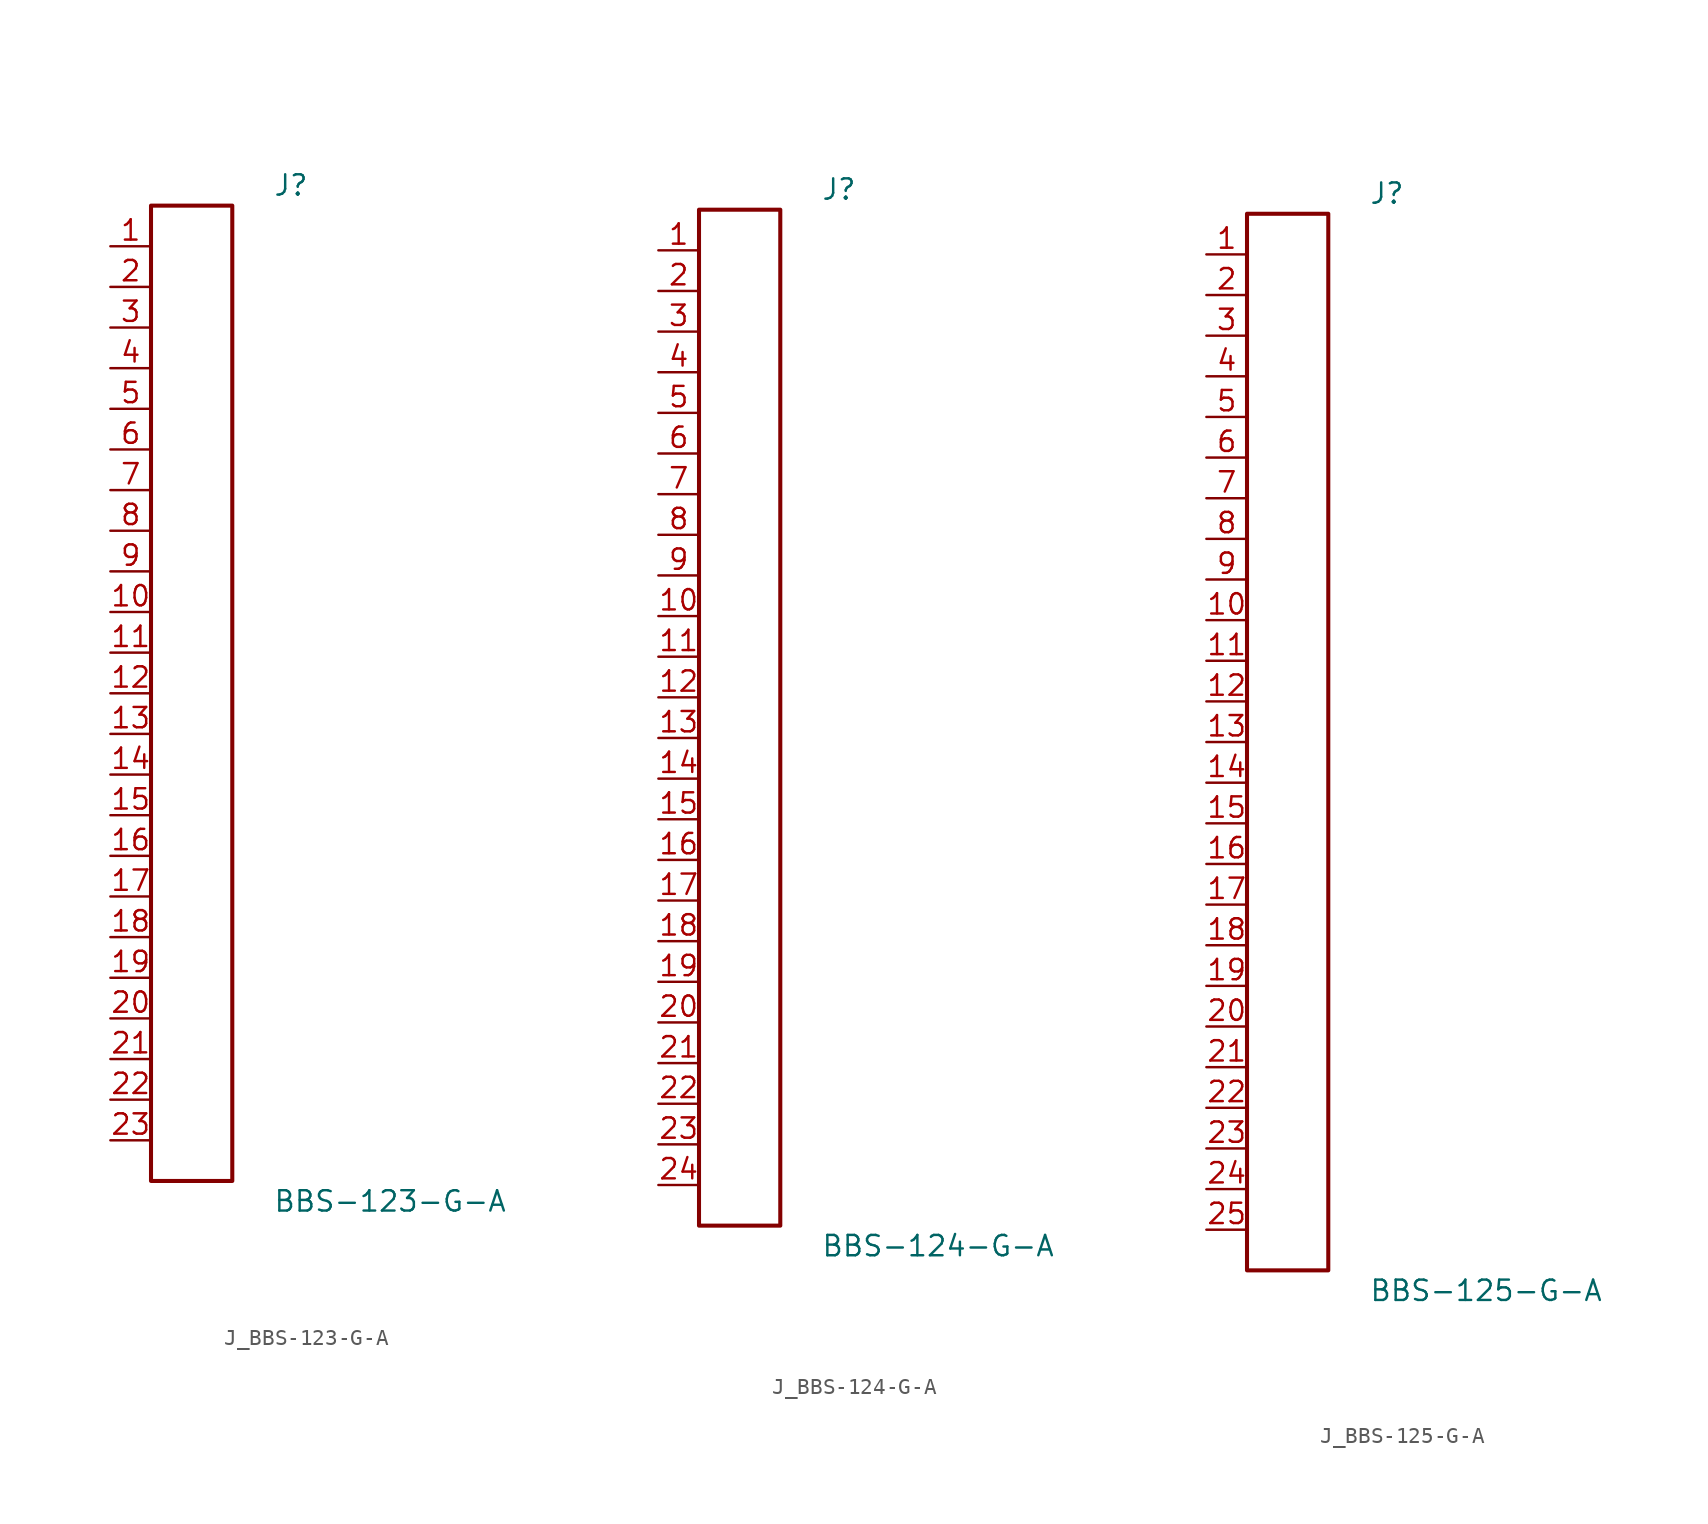
<source format=kicad_sym>
(kicad_symbol_lib
  (version 20231120)
  (generator kicad_symbol_editor)
  (generator_version 8.0)
  (symbol "J_BBS-123-G-A"
    (pin_names
      (offset 0.254))
    (property "Reference" "J"
      (at 5.08 31.75 0)
      (effects (font (size 1.27 1.27)) (justify left)))
    (property "Value" "BBS-123-G-A"
      (at 5.08 -31.75 0)
      (effects (font (size 1.27 1.27)) (justify left)))
    (symbol "J_BBS-123-G-A_0_0"
      (pin passive line (at -5.08 27.94 0) (length 2.54) (name "" (effects (font (size 1.27 1.27)))) (number "1" (effects (font (size 1.27 1.27)))))
      (pin passive line (at -5.08 25.4 0) (length 2.54) (name "" (effects (font (size 1.27 1.27)))) (number "2" (effects (font (size 1.27 1.27)))))
      (pin passive line (at -5.08 22.86 0) (length 2.54) (name "" (effects (font (size 1.27 1.27)))) (number "3" (effects (font (size 1.27 1.27)))))
      (pin passive line (at -5.08 20.32 0) (length 2.54) (name "" (effects (font (size 1.27 1.27)))) (number "4" (effects (font (size 1.27 1.27)))))
      (pin passive line (at -5.08 17.78 0) (length 2.54) (name "" (effects (font (size 1.27 1.27)))) (number "5" (effects (font (size 1.27 1.27)))))
      (pin passive line (at -5.08 15.24 0) (length 2.54) (name "" (effects (font (size 1.27 1.27)))) (number "6" (effects (font (size 1.27 1.27)))))
      (pin passive line (at -5.08 12.7 0) (length 2.54) (name "" (effects (font (size 1.27 1.27)))) (number "7" (effects (font (size 1.27 1.27)))))
      (pin passive line (at -5.08 10.16 0) (length 2.54) (name "" (effects (font (size 1.27 1.27)))) (number "8" (effects (font (size 1.27 1.27)))))
      (pin passive line (at -5.08 7.62 0) (length 2.54) (name "" (effects (font (size 1.27 1.27)))) (number "9" (effects (font (size 1.27 1.27)))))
      (pin passive line (at -5.08 5.08 0) (length 2.54) (name "" (effects (font (size 1.27 1.27)))) (number "10" (effects (font (size 1.27 1.27)))))
      (pin passive line (at -5.08 2.54 0) (length 2.54) (name "" (effects (font (size 1.27 1.27)))) (number "11" (effects (font (size 1.27 1.27)))))
      (pin passive line (at -5.08 0.0 0) (length 2.54) (name "" (effects (font (size 1.27 1.27)))) (number "12" (effects (font (size 1.27 1.27)))))
      (pin passive line (at -5.08 -2.54 0) (length 2.54) (name "" (effects (font (size 1.27 1.27)))) (number "13" (effects (font (size 1.27 1.27)))))
      (pin passive line (at -5.08 -5.08 0) (length 2.54) (name "" (effects (font (size 1.27 1.27)))) (number "14" (effects (font (size 1.27 1.27)))))
      (pin passive line (at -5.08 -7.62 0) (length 2.54) (name "" (effects (font (size 1.27 1.27)))) (number "15" (effects (font (size 1.27 1.27)))))
      (pin passive line (at -5.08 -10.16 0) (length 2.54) (name "" (effects (font (size 1.27 1.27)))) (number "16" (effects (font (size 1.27 1.27)))))
      (pin passive line (at -5.08 -12.7 0) (length 2.54) (name "" (effects (font (size 1.27 1.27)))) (number "17" (effects (font (size 1.27 1.27)))))
      (pin passive line (at -5.08 -15.24 0) (length 2.54) (name "" (effects (font (size 1.27 1.27)))) (number "18" (effects (font (size 1.27 1.27)))))
      (pin passive line (at -5.08 -17.78 0) (length 2.54) (name "" (effects (font (size 1.27 1.27)))) (number "19" (effects (font (size 1.27 1.27)))))
      (pin passive line (at -5.08 -20.32 0) (length 2.54) (name "" (effects (font (size 1.27 1.27)))) (number "20" (effects (font (size 1.27 1.27)))))
      (pin passive line (at -5.08 -22.86 0) (length 2.54) (name "" (effects (font (size 1.27 1.27)))) (number "21" (effects (font (size 1.27 1.27)))))
      (pin passive line (at -5.08 -25.4 0) (length 2.54) (name "" (effects (font (size 1.27 1.27)))) (number "22" (effects (font (size 1.27 1.27)))))
      (pin passive line (at -5.08 -27.94 0) (length 2.54) (name "" (effects (font (size 1.27 1.27)))) (number "23" (effects (font (size 1.27 1.27))))))
    (symbol "J_BBS-123-G-A_1_0"
      (rectangle (start -2.54 30.48) (end 2.54 -30.48) (stroke (width 0.254) (type solid)) (fill (type none)))))
  (symbol "J_BBS-124-G-A"
    (pin_names
      (offset 0.254))
    (property "Reference" "J"
      (at 5.08 33.02 0)
      (effects (font (size 1.27 1.27)) (justify left)))
    (property "Value" "BBS-124-G-A"
      (at 5.08 -33.02 0)
      (effects (font (size 1.27 1.27)) (justify left)))
    (symbol "J_BBS-124-G-A_0_0"
      (pin passive line (at -5.08 29.21 0) (length 2.54) (name "" (effects (font (size 1.27 1.27)))) (number "1" (effects (font (size 1.27 1.27)))))
      (pin passive line (at -5.08 26.67 0) (length 2.54) (name "" (effects (font (size 1.27 1.27)))) (number "2" (effects (font (size 1.27 1.27)))))
      (pin passive line (at -5.08 24.13 0) (length 2.54) (name "" (effects (font (size 1.27 1.27)))) (number "3" (effects (font (size 1.27 1.27)))))
      (pin passive line (at -5.08 21.59 0) (length 2.54) (name "" (effects (font (size 1.27 1.27)))) (number "4" (effects (font (size 1.27 1.27)))))
      (pin passive line (at -5.08 19.05 0) (length 2.54) (name "" (effects (font (size 1.27 1.27)))) (number "5" (effects (font (size 1.27 1.27)))))
      (pin passive line (at -5.08 16.51 0) (length 2.54) (name "" (effects (font (size 1.27 1.27)))) (number "6" (effects (font (size 1.27 1.27)))))
      (pin passive line (at -5.08 13.97 0) (length 2.54) (name "" (effects (font (size 1.27 1.27)))) (number "7" (effects (font (size 1.27 1.27)))))
      (pin passive line (at -5.08 11.43 0) (length 2.54) (name "" (effects (font (size 1.27 1.27)))) (number "8" (effects (font (size 1.27 1.27)))))
      (pin passive line (at -5.08 8.89 0) (length 2.54) (name "" (effects (font (size 1.27 1.27)))) (number "9" (effects (font (size 1.27 1.27)))))
      (pin passive line (at -5.08 6.35 0) (length 2.54) (name "" (effects (font (size 1.27 1.27)))) (number "10" (effects (font (size 1.27 1.27)))))
      (pin passive line (at -5.08 3.81 0) (length 2.54) (name "" (effects (font (size 1.27 1.27)))) (number "11" (effects (font (size 1.27 1.27)))))
      (pin passive line (at -5.08 1.27 0) (length 2.54) (name "" (effects (font (size 1.27 1.27)))) (number "12" (effects (font (size 1.27 1.27)))))
      (pin passive line (at -5.08 -1.27 0) (length 2.54) (name "" (effects (font (size 1.27 1.27)))) (number "13" (effects (font (size 1.27 1.27)))))
      (pin passive line (at -5.08 -3.81 0) (length 2.54) (name "" (effects (font (size 1.27 1.27)))) (number "14" (effects (font (size 1.27 1.27)))))
      (pin passive line (at -5.08 -6.35 0) (length 2.54) (name "" (effects (font (size 1.27 1.27)))) (number "15" (effects (font (size 1.27 1.27)))))
      (pin passive line (at -5.08 -8.89 0) (length 2.54) (name "" (effects (font (size 1.27 1.27)))) (number "16" (effects (font (size 1.27 1.27)))))
      (pin passive line (at -5.08 -11.43 0) (length 2.54) (name "" (effects (font (size 1.27 1.27)))) (number "17" (effects (font (size 1.27 1.27)))))
      (pin passive line (at -5.08 -13.97 0) (length 2.54) (name "" (effects (font (size 1.27 1.27)))) (number "18" (effects (font (size 1.27 1.27)))))
      (pin passive line (at -5.08 -16.51 0) (length 2.54) (name "" (effects (font (size 1.27 1.27)))) (number "19" (effects (font (size 1.27 1.27)))))
      (pin passive line (at -5.08 -19.05 0) (length 2.54) (name "" (effects (font (size 1.27 1.27)))) (number "20" (effects (font (size 1.27 1.27)))))
      (pin passive line (at -5.08 -21.59 0) (length 2.54) (name "" (effects (font (size 1.27 1.27)))) (number "21" (effects (font (size 1.27 1.27)))))
      (pin passive line (at -5.08 -24.13 0) (length 2.54) (name "" (effects (font (size 1.27 1.27)))) (number "22" (effects (font (size 1.27 1.27)))))
      (pin passive line (at -5.08 -26.67 0) (length 2.54) (name "" (effects (font (size 1.27 1.27)))) (number "23" (effects (font (size 1.27 1.27)))))
      (pin passive line (at -5.08 -29.21 0) (length 2.54) (name "" (effects (font (size 1.27 1.27)))) (number "24" (effects (font (size 1.27 1.27))))))
    (symbol "J_BBS-124-G-A_1_0"
      (rectangle (start -2.54 31.75) (end 2.54 -31.75) (stroke (width 0.254) (type solid)) (fill (type none)))))
  (symbol "J_BBS-125-G-A"
    (pin_names
      (offset 0.254))
    (property "Reference" "J"
      (at 5.08 34.29 0)
      (effects (font (size 1.27 1.27)) (justify left)))
    (property "Value" "BBS-125-G-A"
      (at 5.08 -34.29 0)
      (effects (font (size 1.27 1.27)) (justify left)))
    (symbol "J_BBS-125-G-A_0_0"
      (pin passive line (at -5.08 30.48 0) (length 2.54) (name "" (effects (font (size 1.27 1.27)))) (number "1" (effects (font (size 1.27 1.27)))))
      (pin passive line (at -5.08 27.94 0) (length 2.54) (name "" (effects (font (size 1.27 1.27)))) (number "2" (effects (font (size 1.27 1.27)))))
      (pin passive line (at -5.08 25.4 0) (length 2.54) (name "" (effects (font (size 1.27 1.27)))) (number "3" (effects (font (size 1.27 1.27)))))
      (pin passive line (at -5.08 22.86 0) (length 2.54) (name "" (effects (font (size 1.27 1.27)))) (number "4" (effects (font (size 1.27 1.27)))))
      (pin passive line (at -5.08 20.32 0) (length 2.54) (name "" (effects (font (size 1.27 1.27)))) (number "5" (effects (font (size 1.27 1.27)))))
      (pin passive line (at -5.08 17.78 0) (length 2.54) (name "" (effects (font (size 1.27 1.27)))) (number "6" (effects (font (size 1.27 1.27)))))
      (pin passive line (at -5.08 15.24 0) (length 2.54) (name "" (effects (font (size 1.27 1.27)))) (number "7" (effects (font (size 1.27 1.27)))))
      (pin passive line (at -5.08 12.7 0) (length 2.54) (name "" (effects (font (size 1.27 1.27)))) (number "8" (effects (font (size 1.27 1.27)))))
      (pin passive line (at -5.08 10.16 0) (length 2.54) (name "" (effects (font (size 1.27 1.27)))) (number "9" (effects (font (size 1.27 1.27)))))
      (pin passive line (at -5.08 7.62 0) (length 2.54) (name "" (effects (font (size 1.27 1.27)))) (number "10" (effects (font (size 1.27 1.27)))))
      (pin passive line (at -5.08 5.08 0) (length 2.54) (name "" (effects (font (size 1.27 1.27)))) (number "11" (effects (font (size 1.27 1.27)))))
      (pin passive line (at -5.08 2.54 0) (length 2.54) (name "" (effects (font (size 1.27 1.27)))) (number "12" (effects (font (size 1.27 1.27)))))
      (pin passive line (at -5.08 0.0 0) (length 2.54) (name "" (effects (font (size 1.27 1.27)))) (number "13" (effects (font (size 1.27 1.27)))))
      (pin passive line (at -5.08 -2.54 0) (length 2.54) (name "" (effects (font (size 1.27 1.27)))) (number "14" (effects (font (size 1.27 1.27)))))
      (pin passive line (at -5.08 -5.08 0) (length 2.54) (name "" (effects (font (size 1.27 1.27)))) (number "15" (effects (font (size 1.27 1.27)))))
      (pin passive line (at -5.08 -7.62 0) (length 2.54) (name "" (effects (font (size 1.27 1.27)))) (number "16" (effects (font (size 1.27 1.27)))))
      (pin passive line (at -5.08 -10.16 0) (length 2.54) (name "" (effects (font (size 1.27 1.27)))) (number "17" (effects (font (size 1.27 1.27)))))
      (pin passive line (at -5.08 -12.7 0) (length 2.54) (name "" (effects (font (size 1.27 1.27)))) (number "18" (effects (font (size 1.27 1.27)))))
      (pin passive line (at -5.08 -15.24 0) (length 2.54) (name "" (effects (font (size 1.27 1.27)))) (number "19" (effects (font (size 1.27 1.27)))))
      (pin passive line (at -5.08 -17.78 0) (length 2.54) (name "" (effects (font (size 1.27 1.27)))) (number "20" (effects (font (size 1.27 1.27)))))
      (pin passive line (at -5.08 -20.32 0) (length 2.54) (name "" (effects (font (size 1.27 1.27)))) (number "21" (effects (font (size 1.27 1.27)))))
      (pin passive line (at -5.08 -22.86 0) (length 2.54) (name "" (effects (font (size 1.27 1.27)))) (number "22" (effects (font (size 1.27 1.27)))))
      (pin passive line (at -5.08 -25.4 0) (length 2.54) (name "" (effects (font (size 1.27 1.27)))) (number "23" (effects (font (size 1.27 1.27)))))
      (pin passive line (at -5.08 -27.94 0) (length 2.54) (name "" (effects (font (size 1.27 1.27)))) (number "24" (effects (font (size 1.27 1.27)))))
      (pin passive line (at -5.08 -30.48 0) (length 2.54) (name "" (effects (font (size 1.27 1.27)))) (number "25" (effects (font (size 1.27 1.27))))))
    (symbol "J_BBS-125-G-A_1_0"
      (rectangle (start -2.54 33.02) (end 2.54 -33.02) (stroke (width 0.254) (type solid)) (fill (type none))))))
</source>
